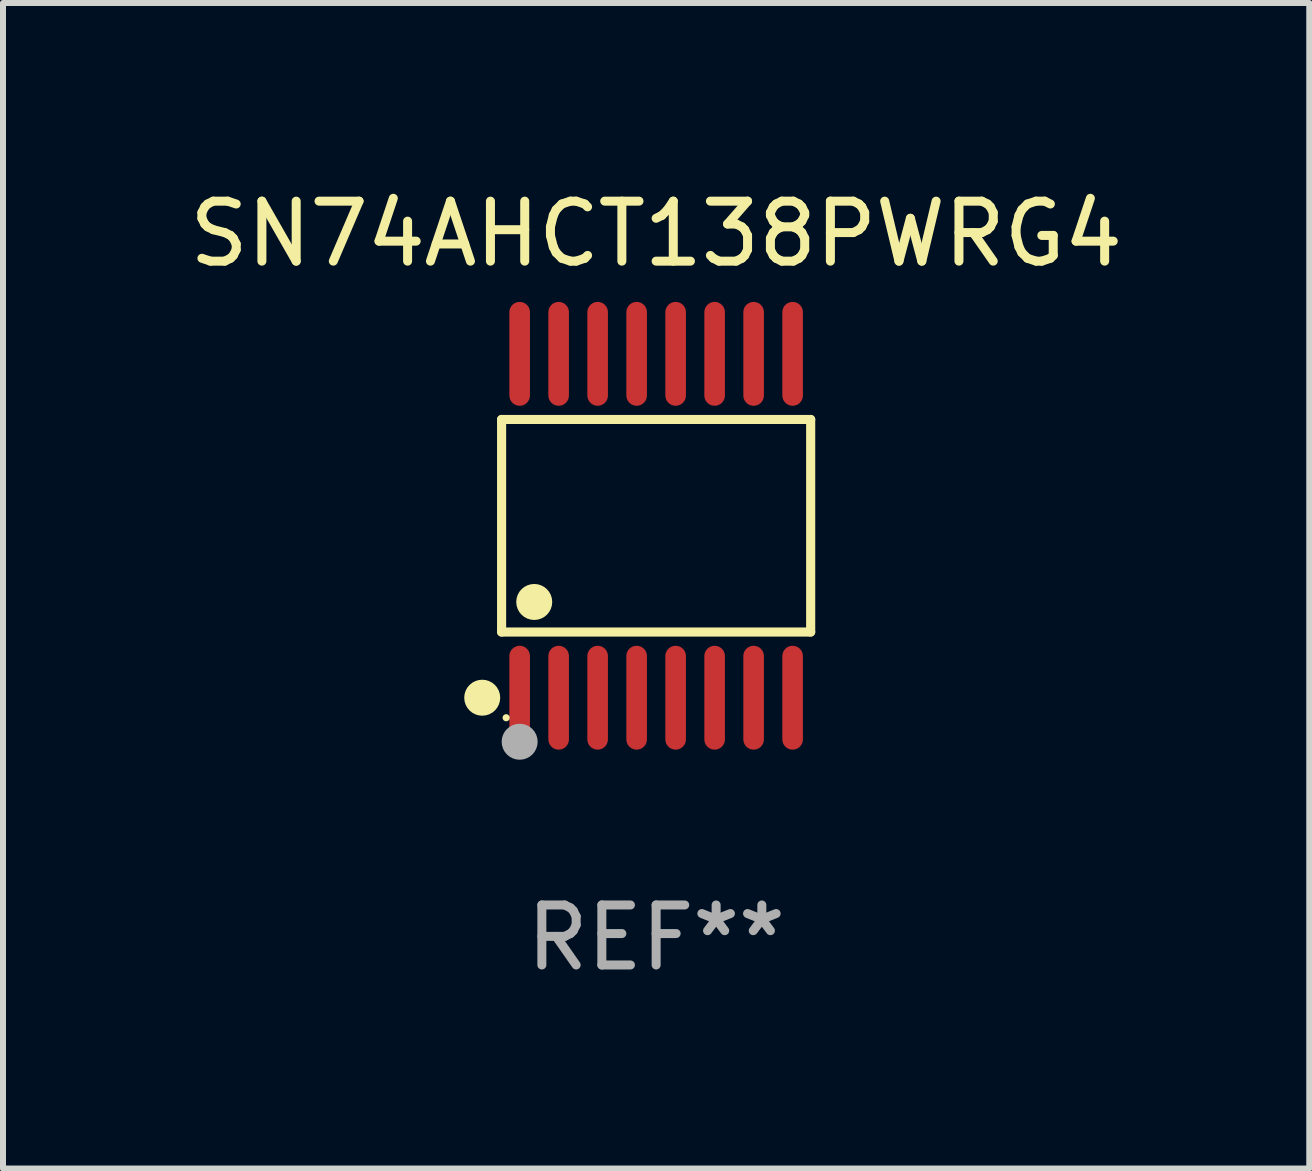
<source format=kicad_pcb>
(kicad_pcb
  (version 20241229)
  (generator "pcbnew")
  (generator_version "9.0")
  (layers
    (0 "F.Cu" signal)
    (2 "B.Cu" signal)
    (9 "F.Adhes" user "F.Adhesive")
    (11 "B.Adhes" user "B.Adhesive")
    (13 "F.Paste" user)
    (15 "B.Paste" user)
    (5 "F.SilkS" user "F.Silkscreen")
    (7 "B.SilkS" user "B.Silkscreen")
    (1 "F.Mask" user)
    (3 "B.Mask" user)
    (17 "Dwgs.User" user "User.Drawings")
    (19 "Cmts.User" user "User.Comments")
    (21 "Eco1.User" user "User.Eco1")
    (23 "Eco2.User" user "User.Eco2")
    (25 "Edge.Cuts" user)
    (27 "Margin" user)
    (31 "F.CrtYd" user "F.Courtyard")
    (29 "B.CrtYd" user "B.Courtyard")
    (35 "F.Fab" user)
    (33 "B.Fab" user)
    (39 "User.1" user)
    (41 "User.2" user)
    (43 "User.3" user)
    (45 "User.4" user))
  (footprint "SN74AHCT138PWRG4"
    (layer "F.Cu")
    (at 7.887 5.714)
    (property "Reference" "SN74AHCT138PWRG4" (at 0 -4.866 0) (layer "F.SilkS") (effects (font (size 1 1) (thickness 0.15))))
    (attr through_hole)
    (fp_line (start -2.576 -1.772) (end 2.576 -1.772) (stroke (width 0.152) (type solid)) (layer "F.SilkS"))
    (fp_line (start -2.576 1.771) (end -2.576 -1.772) (stroke (width 0.152) (type solid)) (layer "F.SilkS"))
    (fp_line (start 2.576 -1.772) (end 2.576 1.771) (stroke (width 0.152) (type solid)) (layer "F.SilkS"))
    (fp_line (start 2.576 1.771) (end -2.576 1.771) (stroke (width 0.152) (type solid)) (layer "F.SilkS"))
    (fp_circle (center -2.899 2.866) (end -2.749 2.866) (stroke (width 0.3) (type solid)) (fill no) (layer "F.SilkS"))
    (fp_circle (center -2.5 3.2) (end -2.47 3.2) (stroke (width 0.06) (type solid)) (fill no) (layer "F.SilkS"))
    (fp_circle (center -2.032 1.27) (end -1.882 1.27) (stroke (width 0.3) (type solid)) (fill no) (layer "F.SilkS"))
    (fp_circle (center -2.275 3.6) (end -2.125 3.6) (stroke (width 0.3) (type solid)) (fill no) (layer "F.Fab"))
    (fp_text user "REF**" (at 0 6.866 0) (layer "F.Fab") (effects (font (size 1 1) (thickness 0.15))))
    (pad "1" smd oval (at -2.275 2.866) (size 0.343 1.731) (layers "F.Cu" "F.Mask" "F.Paste"))
    (pad "2" smd oval (at -1.625 2.866) (size 0.343 1.731) (layers "F.Cu" "F.Mask" "F.Paste"))
    (pad "3" smd oval (at -0.975 2.866) (size 0.343 1.731) (layers "F.Cu" "F.Mask" "F.Paste"))
    (pad "4" smd oval (at -0.325 2.866) (size 0.343 1.731) (layers "F.Cu" "F.Mask" "F.Paste"))
    (pad "5" smd oval (at 0.325 2.866) (size 0.343 1.731) (layers "F.Cu" "F.Mask" "F.Paste"))
    (pad "6" smd oval (at 0.975 2.866) (size 0.343 1.731) (layers "F.Cu" "F.Mask" "F.Paste"))
    (pad "7" smd oval (at 1.625 2.866) (size 0.343 1.731) (layers "F.Cu" "F.Mask" "F.Paste"))
    (pad "8" smd oval (at 2.275 2.866) (size 0.343 1.731) (layers "F.Cu" "F.Mask" "F.Paste"))
    (pad "9" smd oval (at 2.275 -2.866) (size 0.343 1.731) (layers "F.Cu" "F.Mask" "F.Paste"))
    (pad "10" smd oval (at 1.625 -2.866) (size 0.343 1.731) (layers "F.Cu" "F.Mask" "F.Paste"))
    (pad "11" smd oval (at 0.975 -2.866) (size 0.343 1.731) (layers "F.Cu" "F.Mask" "F.Paste"))
    (pad "12" smd oval (at 0.325 -2.866) (size 0.343 1.731) (layers "F.Cu" "F.Mask" "F.Paste"))
    (pad "13" smd oval (at -0.325 -2.866) (size 0.343 1.731) (layers "F.Cu" "F.Mask" "F.Paste"))
    (pad "14" smd oval (at -0.975 -2.866) (size 0.343 1.731) (layers "F.Cu" "F.Mask" "F.Paste"))
    (pad "15" smd oval (at -1.625 -2.866) (size 0.343 1.731) (layers "F.Cu" "F.Mask" "F.Paste"))
    (pad "16" smd oval (at -2.275 -2.866) (size 0.343 1.731) (layers "F.Cu" "F.Mask" "F.Paste")))
  (gr_rect
    (start -3 -3)
    (end 18.774 16.428)
    (stroke (width 0.1) (type default))
    (fill no)
    (layer "Edge.Cuts")))
</source>
